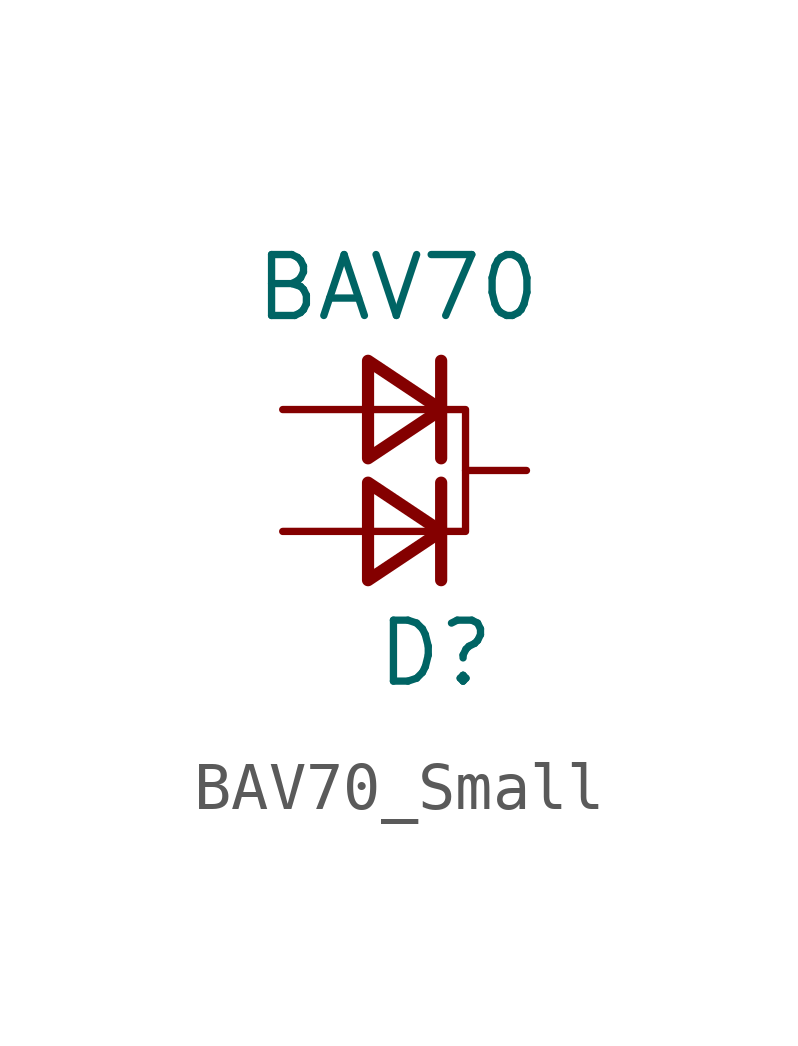
<source format=kicad_sym>
(kicad_symbol_lib
  (version 20220914)
  (generator kicad_symbol_editor)
  (symbol "BAV70_Small"
    (pin_numbers hide)
    (pin_names
      (offset 0.254) hide)
    (property "Reference" "D"
      (at -0.635 -5.08 0)
      (effects (font (size 1.27 1.27)) (justify left)))
    (property "Value" "BAV70"
      (at -3.175 2.54 0)
      (effects (font (size 1.27 1.27)) (justify left)))
    (symbol "BAV70_Small_0_1"
      (polyline (pts (xy 0.762 -2.54) (xy -0.762 -2.54)) (stroke (width 0) (type default)) (fill (type none)))
      (polyline (pts (xy 0.762 -1.524) (xy 0.762 -3.556)) (stroke (width 0.254) (type default)) (fill (type none)))
      (polyline (pts (xy 0.762 0) (xy -0.762 0)) (stroke (width 0) (type default)) (fill (type none)))
      (polyline (pts (xy 0.762 1.016) (xy 0.762 -1.016)) (stroke (width 0.254) (type default)) (fill (type none)))
      (polyline (pts (xy -0.762 -1.524) (xy 0.762 -2.54) (xy -0.762 -3.556) (xy -0.762 -1.524)) (stroke (width 0.254) (type default)) (fill (type none)))
      (polyline (pts (xy -0.762 1.016) (xy 0.762 0) (xy -0.762 -1.016) (xy -0.762 1.016)) (stroke (width 0.254) (type default)) (fill (type none)))
      (polyline (pts (xy 0.635 0) (xy 1.27 0) (xy 1.27 -2.54) (xy 0.635 -2.54)) (stroke (width 0) (type default)) (fill (type none))))
    (symbol "BAV70_Small_1_1"
      (pin passive line (at -2.54 0 0) (length 1.778) (name "A1" (effects (font (size 1.27 1.27)))) (number "1" (effects (font (size 1.27 1.27)))))
      (pin passive line (at -2.54 -2.54 0) (length 1.778) (name "A2" (effects (font (size 1.27 1.27)))) (number "2" (effects (font (size 1.27 1.27)))))
      (pin passive line (at 2.54 -1.27 180) (length 1.27) (name "K" (effects (font (size 1.27 1.27)))) (number "3" (effects (font (size 1.27 1.27))))))))
</source>
